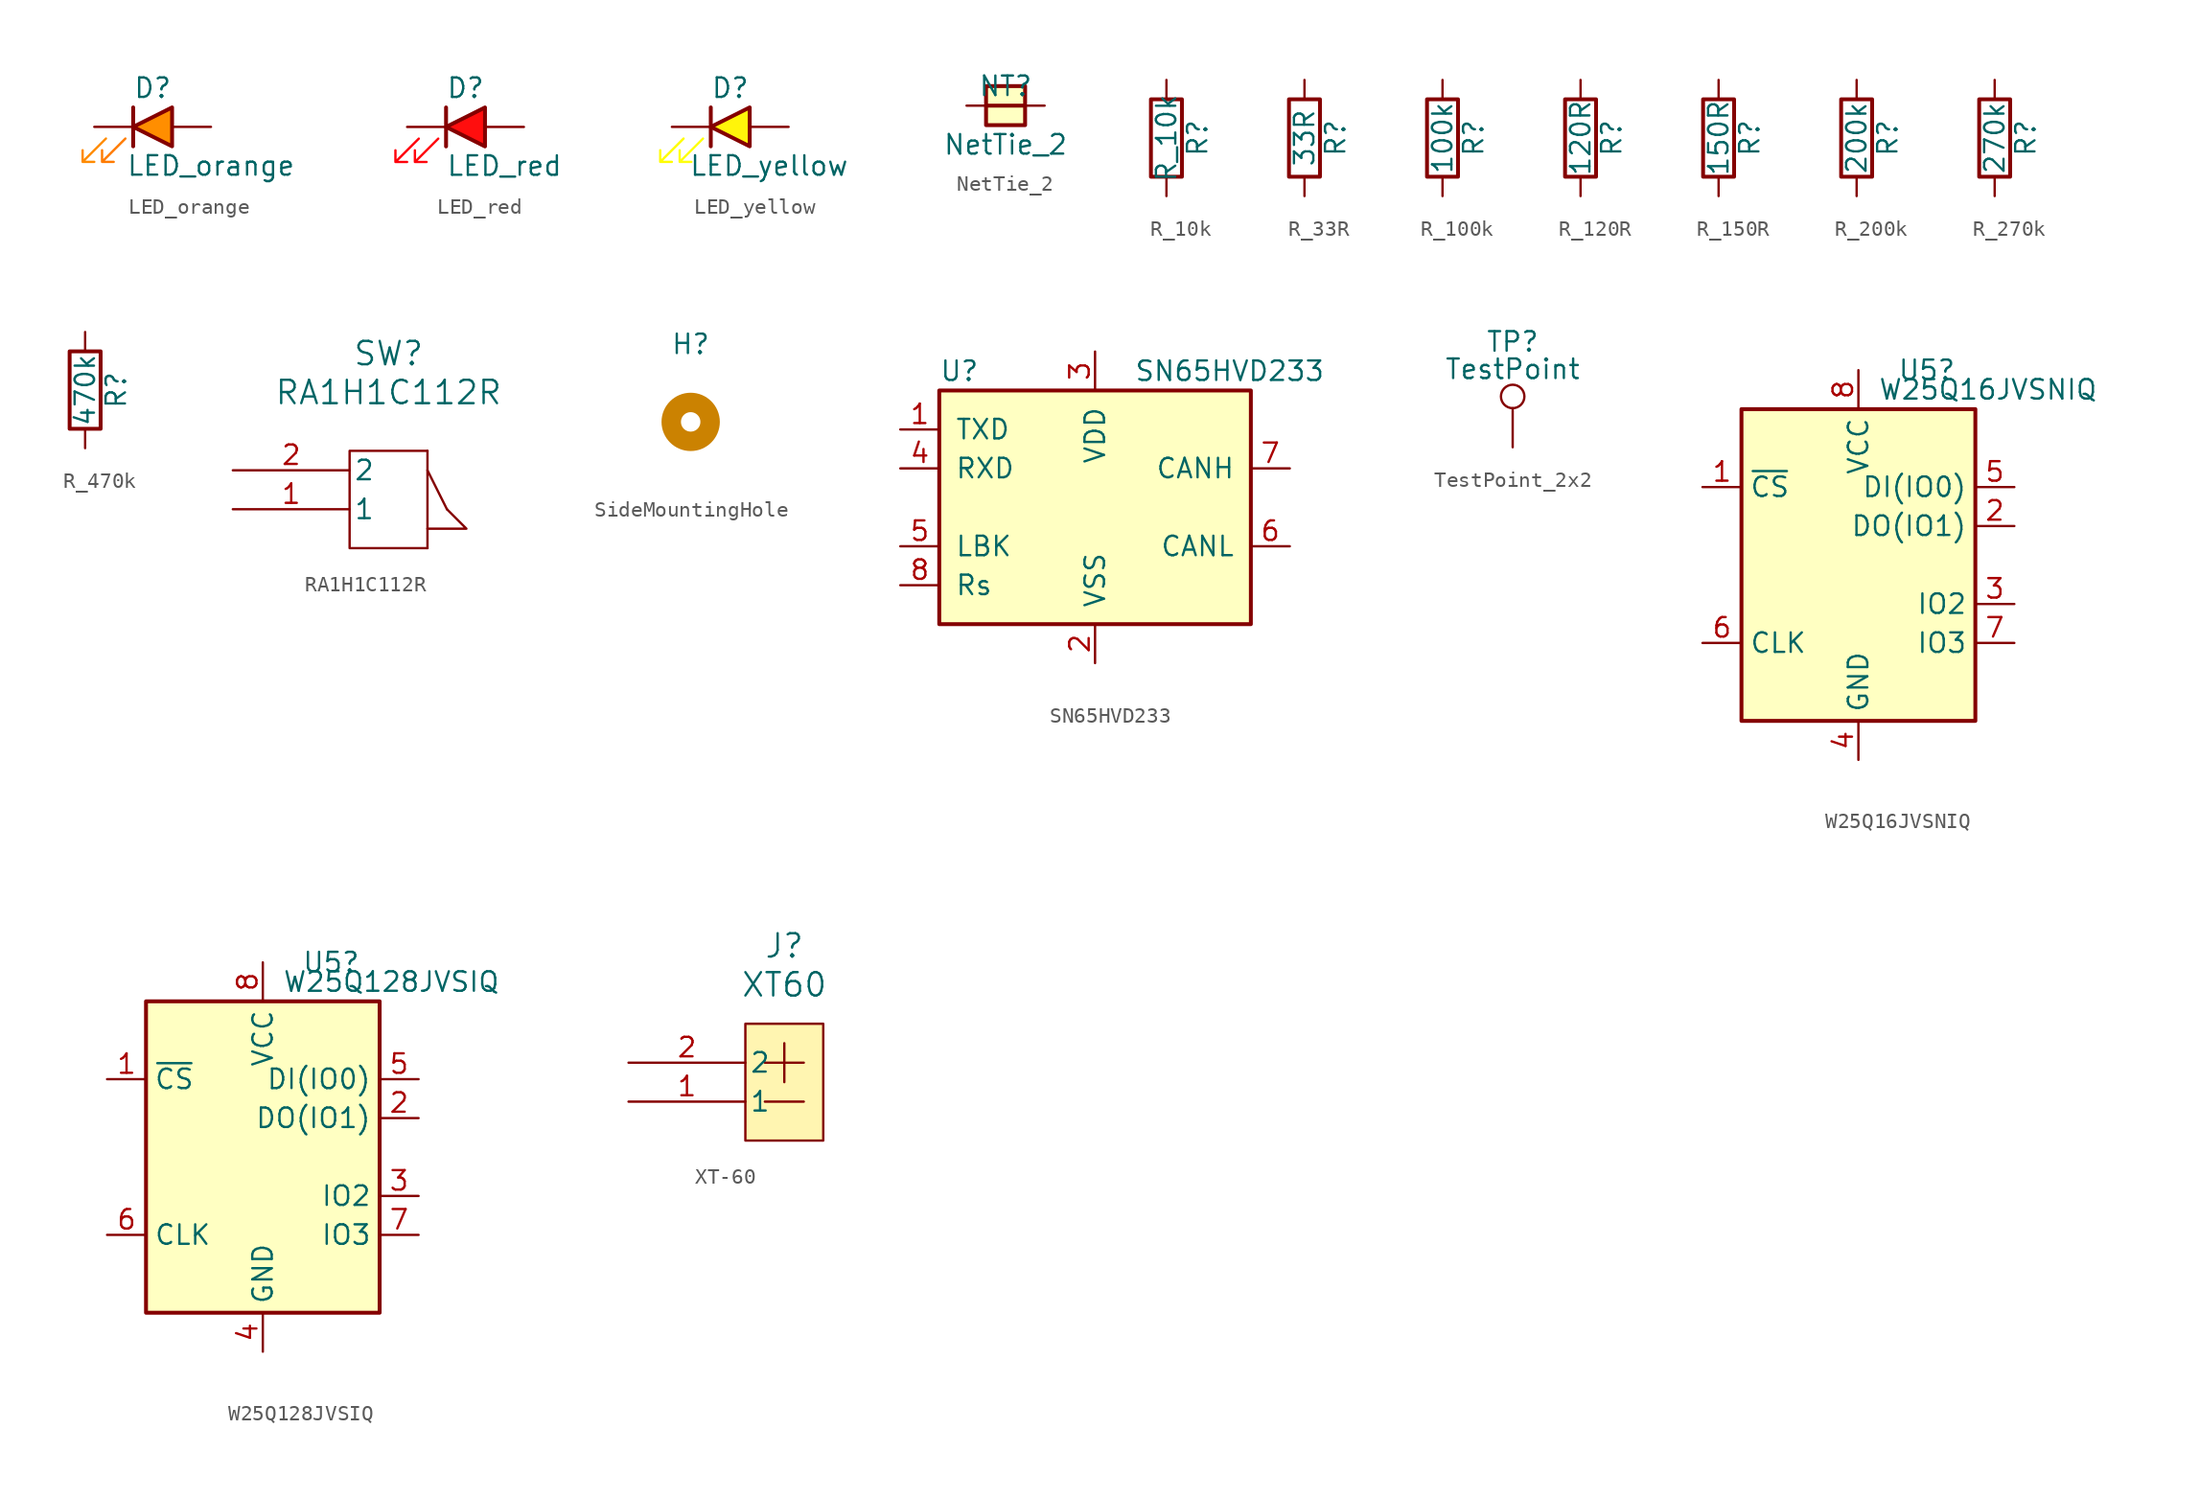
<source format=kicad_sym>
(kicad_symbol_lib
  (version 20241209)
  (generator "kicad_symbol_editor")
  (generator_version "9.0")
  (symbol "LED_orange"
    (pin_numbers
      (hide yes))
    (pin_names
      (offset 1.016)
      (hide yes))
    (property "Reference" "D"
      (at 0 2.54 0)
      (effects (font (size 1.27 1.27))))
    (property "Value" "LED_orange"
      (at 3.81 -2.54 0)
      (effects (font (size 1.27 1.27))))
    (symbol "LED_orange_0_1"
      (polyline (pts (xy -1.27 -1.27) (xy -1.27 1.27)) (stroke (width 0.254) (type default)) (fill (type none))))
    (symbol "LED_orange_1_1"
      (polyline (pts (xy -3.048 -0.762) (xy -4.572 -2.286) (xy -3.81 -2.286) (xy -4.572 -2.286) (xy -4.572 -1.524)) (stroke (width 0) (type default) (color 255 139 0 1)) (fill (type none)))
      (polyline (pts (xy -1.778 -0.762) (xy -3.302 -2.286) (xy -2.54 -2.286) (xy -3.302 -2.286) (xy -3.302 -1.524)) (stroke (width 0) (type default) (color 255 123 0 1)) (fill (type none)))
      (polyline (pts (xy 1.27 -1.27) (xy 1.27 1.27) (xy -1.27 0) (xy 1.27 -1.27)) (stroke (width 0.254) (type default)) (fill (type color) (color 255 142 0 1)))
      (pin passive line (at -3.81 0 0) (length 2.54) (name "K" (effects (font (size 1.27 1.27)))) (number "1" (effects (font (size 1.27 1.27)))))
      (pin passive line (at 3.81 0 180) (length 2.54) (name "A" (effects (font (size 1.27 1.27)))) (number "2" (effects (font (size 1.27 1.27)))))))
  (symbol "LED_red"
    (pin_numbers
      (hide yes))
    (pin_names
      (offset 1.016)
      (hide yes))
    (property "Reference" "D"
      (at 0 2.54 0)
      (effects (font (size 1.27 1.27))))
    (property "Value" "LED_red"
      (at 2.54 -2.54 0)
      (effects (font (size 1.27 1.27))))
    (symbol "LED_red_0_1"
      (polyline (pts (xy -1.27 -1.27) (xy -1.27 1.27)) (stroke (width 0.254) (type default)) (fill (type none)))
      (rectangle (start 1.27 1.27) (end 1.27 -1.27) (stroke (width 0) (type default)) (fill (type none))))
    (symbol "LED_red_1_1"
      (polyline (pts (xy -3.048 -0.762) (xy -4.572 -2.286) (xy -3.81 -2.286) (xy -4.572 -2.286) (xy -4.572 -1.524)) (stroke (width 0) (type default) (color 255 2 11 1)) (fill (type none)))
      (polyline (pts (xy -1.778 -0.762) (xy -3.302 -2.286) (xy -2.54 -2.286) (xy -3.302 -2.286) (xy -3.302 -1.524)) (stroke (width 0) (type default) (color 255 6 13 1)) (fill (type none)))
      (polyline (pts (xy 1.27 -1.27) (xy 1.27 1.27) (xy -1.27 0) (xy 1.27 -1.27)) (stroke (width 0.254) (type default)) (fill (type color) (color 255 14 14 1)))
      (pin passive line (at -3.81 0 0) (length 2.54) (name "K" (effects (font (size 1.27 1.27)))) (number "1" (effects (font (size 1.27 1.27)))))
      (pin passive line (at 3.81 0 180) (length 2.54) (name "A" (effects (font (size 1.27 1.27)))) (number "2" (effects (font (size 1.27 1.27)))))))
  (symbol "LED_yellow"
    (pin_numbers
      (hide yes))
    (pin_names
      (offset 1.016)
      (hide yes))
    (property "Reference" "D"
      (at 0 2.54 0)
      (effects (font (size 1.27 1.27))))
    (property "Value" "LED_yellow"
      (at 2.54 -2.54 0)
      (effects (font (size 1.27 1.27))))
    (symbol "LED_yellow_0_1"
      (polyline (pts (xy -1.27 -1.27) (xy -1.27 1.27)) (stroke (width 0.254) (type default)) (fill (type none))))
    (symbol "LED_yellow_1_1"
      (polyline (pts (xy -3.048 -0.762) (xy -4.572 -2.286) (xy -3.81 -2.286) (xy -4.572 -2.286) (xy -4.572 -1.524)) (stroke (width 0) (type default) (color 255 253 0 1)) (fill (type none)))
      (polyline (pts (xy -1.778 -0.762) (xy -3.302 -2.286) (xy -2.54 -2.286) (xy -3.302 -2.286) (xy -3.302 -1.524)) (stroke (width 0) (type default) (color 254 255 14 1)) (fill (type none)))
      (polyline (pts (xy 1.27 -1.27) (xy 1.27 1.27) (xy -1.27 0) (xy 1.27 -1.27)) (stroke (width 0.254) (type default)) (fill (type color) (color 255 245 10 1)))
      (pin passive line (at -3.81 0 0) (length 2.54) (name "K" (effects (font (size 1.27 1.27)))) (number "1" (effects (font (size 1.27 1.27)))))
      (pin passive line (at 3.81 0 180) (length 2.54) (name "A" (effects (font (size 1.27 1.27)))) (number "2" (effects (font (size 1.27 1.27)))))))
  (symbol "NetTie_2"
    (pin_numbers
      (hide yes))
    (pin_names
      (offset 0)
      (hide yes))
    (property "Reference" "NT"
      (at 0 1.27 0)
      (effects (font (size 1.27 1.27))))
    (property "Value" "NetTie_2"
      (at 0 -2.54 0)
      (effects (font (size 1.27 1.27))))
    (symbol "NetTie_2_0_1"
      (polyline (pts (xy -1.27 0) (xy 1.27 0)) (stroke (width 0.254) (type default)) (fill (type none))))
    (symbol "NetTie_2_1_0"
      (rectangle (start -1.27 1.27) (end 1.27 -1.27) (stroke (width 0.254) (type default)) (fill (type background))))
    (symbol "NetTie_2_1_1"
      (pin passive line (at -2.54 0 0) (length 2.54) (name "1" (effects (font (size 1.27 1.27)))) (number "1" (effects (font (size 1.27 1.27)))))
      (pin passive line (at 2.54 0 180) (length 2.54) (name "2" (effects (font (size 1.27 1.27)))) (number "2" (effects (font (size 1.27 1.27)))))))
  (symbol "R_10k"
    (pin_numbers
      (hide yes))
    (pin_names
      (offset 0))
    (property "Reference" "R"
      (at 2.032 0 90)
      (effects (font (size 1.27 1.27))))
    (property "Value" "R_10k"
      (at 0 0 90)
      (effects (font (size 1.27 1.27))))
    (symbol "R_10k_0_1"
      (rectangle (start -1.016 -2.54) (end 1.016 2.54) (stroke (width 0.254) (type default)) (fill (type none))))
    (symbol "R_10k_1_1"
      (pin passive line (at 0 3.81 270) (length 1.27) (name "~" (effects (font (size 1.27 1.27)))) (number "1" (effects (font (size 1.27 1.27)))))
      (pin passive line (at 0 -3.81 90) (length 1.27) (name "~" (effects (font (size 1.27 1.27)))) (number "2" (effects (font (size 1.27 1.27)))))))
  (symbol "R_33R"
    (pin_numbers
      (hide yes))
    (pin_names
      (offset 0))
    (property "Reference" "R"
      (at 2.032 0 90)
      (effects (font (size 1.27 1.27))))
    (property "Value" "33R"
      (at 0 0 90)
      (effects (font (size 1.27 1.27))))
    (symbol "R_33R_0_1"
      (rectangle (start -1.016 -2.54) (end 1.016 2.54) (stroke (width 0.254) (type default)) (fill (type none))))
    (symbol "R_33R_1_1"
      (pin passive line (at 0 3.81 270) (length 1.27) (name "~" (effects (font (size 1.27 1.27)))) (number "1" (effects (font (size 1.27 1.27)))))
      (pin passive line (at 0 -3.81 90) (length 1.27) (name "~" (effects (font (size 1.27 1.27)))) (number "2" (effects (font (size 1.27 1.27)))))))
  (symbol "R_100k"
    (pin_numbers
      (hide yes))
    (pin_names
      (offset 0))
    (property "Reference" "R"
      (at 2.032 0 90)
      (effects (font (size 1.27 1.27))))
    (property "Value" "100k"
      (at 0 0 90)
      (effects (font (size 1.27 1.27))))
    (symbol "R_100k_0_1"
      (rectangle (start -1.016 -2.54) (end 1.016 2.54) (stroke (width 0.254) (type default)) (fill (type none))))
    (symbol "R_100k_1_1"
      (pin passive line (at 0 3.81 270) (length 1.27) (name "~" (effects (font (size 1.27 1.27)))) (number "1" (effects (font (size 1.27 1.27)))))
      (pin passive line (at 0 -3.81 90) (length 1.27) (name "~" (effects (font (size 1.27 1.27)))) (number "2" (effects (font (size 1.27 1.27)))))))
  (symbol "R_120R"
    (pin_numbers
      (hide yes))
    (pin_names
      (offset 0))
    (property "Reference" "R"
      (at 2.032 0 90)
      (effects (font (size 1.27 1.27))))
    (property "Value" "120R"
      (at 0 0 90)
      (effects (font (size 1.27 1.27))))
    (symbol "R_120R_0_1"
      (rectangle (start -1.016 -2.54) (end 1.016 2.54) (stroke (width 0.254) (type default)) (fill (type none))))
    (symbol "R_120R_1_1"
      (pin passive line (at 0 3.81 270) (length 1.27) (name "~" (effects (font (size 1.27 1.27)))) (number "1" (effects (font (size 1.27 1.27)))))
      (pin passive line (at 0 -3.81 90) (length 1.27) (name "~" (effects (font (size 1.27 1.27)))) (number "2" (effects (font (size 1.27 1.27)))))))
  (symbol "R_150R"
    (pin_numbers
      (hide yes))
    (pin_names
      (offset 0))
    (property "Reference" "R"
      (at 2.032 0 90)
      (effects (font (size 1.27 1.27))))
    (property "Value" "150R"
      (at 0 0 90)
      (effects (font (size 1.27 1.27))))
    (symbol "R_150R_0_1"
      (rectangle (start -1.016 -2.54) (end 1.016 2.54) (stroke (width 0.254) (type default)) (fill (type none))))
    (symbol "R_150R_1_1"
      (pin passive line (at 0 3.81 270) (length 1.27) (name "~" (effects (font (size 1.27 1.27)))) (number "1" (effects (font (size 1.27 1.27)))))
      (pin passive line (at 0 -3.81 90) (length 1.27) (name "~" (effects (font (size 1.27 1.27)))) (number "2" (effects (font (size 1.27 1.27)))))))
  (symbol "R_200k"
    (pin_numbers
      (hide yes))
    (pin_names
      (offset 0))
    (property "Reference" "R"
      (at 2.032 0 90)
      (effects (font (size 1.27 1.27))))
    (property "Value" "200k"
      (at 0 0 90)
      (effects (font (size 1.27 1.27))))
    (symbol "R_200k_0_1"
      (rectangle (start -1.016 -2.54) (end 1.016 2.54) (stroke (width 0.254) (type default)) (fill (type none))))
    (symbol "R_200k_1_1"
      (pin passive line (at 0 3.81 270) (length 1.27) (name "~" (effects (font (size 1.27 1.27)))) (number "1" (effects (font (size 1.27 1.27)))))
      (pin passive line (at 0 -3.81 90) (length 1.27) (name "~" (effects (font (size 1.27 1.27)))) (number "2" (effects (font (size 1.27 1.27)))))))
  (symbol "R_270k"
    (pin_numbers
      (hide yes))
    (pin_names
      (offset 0))
    (property "Reference" "R"
      (at 2.032 0 90)
      (effects (font (size 1.27 1.27))))
    (property "Value" "270k"
      (at 0 0 90)
      (effects (font (size 1.27 1.27))))
    (symbol "R_270k_0_1"
      (rectangle (start -1.016 -2.54) (end 1.016 2.54) (stroke (width 0.254) (type default)) (fill (type none))))
    (symbol "R_270k_1_1"
      (pin passive line (at 0 3.81 270) (length 1.27) (name "~" (effects (font (size 1.27 1.27)))) (number "1" (effects (font (size 1.27 1.27)))))
      (pin passive line (at 0 -3.81 90) (length 1.27) (name "~" (effects (font (size 1.27 1.27)))) (number "2" (effects (font (size 1.27 1.27)))))))
  (symbol "R_470k"
    (pin_numbers
      (hide yes))
    (pin_names
      (offset 0))
    (property "Reference" "R"
      (at 2.032 0 90)
      (effects (font (size 1.27 1.27))))
    (property "Value" "470k"
      (at 0 0 90)
      (effects (font (size 1.27 1.27))))
    (symbol "R_470k_0_1"
      (rectangle (start -1.016 -2.54) (end 1.016 2.54) (stroke (width 0.254) (type default)) (fill (type none))))
    (symbol "R_470k_1_1"
      (pin passive line (at 0 3.81 270) (length 1.27) (name "~" (effects (font (size 1.27 1.27)))) (number "1" (effects (font (size 1.27 1.27)))))
      (pin passive line (at 0 -3.81 90) (length 1.27) (name "~" (effects (font (size 1.27 1.27)))) (number "2" (effects (font (size 1.27 1.27)))))))
  (symbol "RA1H1C112R"
    (pin_names
      (offset 0.254))
    (property "Reference" "SW"
      (at 1.27 8.89 0)
      (effects (font (size 1.524 1.524))))
    (property "Value" "RA1H1C112R"
      (at 1.27 6.35 0)
      (effects (font (size 1.524 1.524))))
    (symbol "RA1H1C112R_1_1"
      (polyline (pts (xy 3.81 2.54) (xy 3.81 -3.81)) (stroke (width 0) (type default)) (fill (type none)))
      (polyline (pts (xy 3.81 1.27) (xy 5.08 -1.27)) (stroke (width 0) (type default)) (fill (type none)))
      (polyline (pts (xy 3.81 -3.81) (xy -1.27 -3.81) (xy -1.27 2.54) (xy 3.81 2.54)) (stroke (width 0) (type default)) (fill (type none)))
      (polyline (pts (xy 5.08 -1.27) (xy 6.35 -2.54) (xy 3.81 -2.54)) (stroke (width 0) (type default)) (fill (type none)))
      (pin power_in line (at -8.89 1.27 0) (length 7.62) (name "2" (effects (font (size 1.27 1.27)))) (number "2" (effects (font (size 1.27 1.27)))))
      (pin power_in line (at -8.89 -1.27 0) (length 7.62) (name "1" (effects (font (size 1.27 1.27)))) (number "1" (effects (font (size 1.27 1.27)))))))
  (symbol "SideMountingHole"
    (pin_numbers
      (hide yes))
    (pin_names
      (offset 1.016)
      (hide yes))
    (property "Reference" "H"
      (at 0 6.35 0)
      (effects (font (size 1.27 1.27))))
    (symbol "SideMountingHole_1_1"
      (circle (center 0 1.27) (radius 1.27) (stroke (width 1.27) (type solid) (color 203 130 1 1)) (fill (type none)))
      (pin no_connect line (at 0 -2.54 90) (length 2.54) (hide yes) (name "1" (effects (font (size 1.27 1.27)))) (number "1" (effects (font (size 1.27 1.27)))))))
  (symbol "SN65HVD233"
    (pin_names
      (offset 1.016))
    (property "Reference" "U"
      (at -10.16 8.89 0)
      (effects (font (size 1.27 1.27)) (justify left)))
    (property "Value" "SN65HVD233"
      (at 2.54 8.89 0)
      (effects (font (size 1.27 1.27)) (justify left)))
    (symbol "SN65HVD233_0_1"
      (rectangle (start -10.16 7.62) (end 10.16 -7.62) (stroke (width 0.254) (type default)) (fill (type background))))
    (symbol "SN65HVD233_1_1"
      (pin input line (at -12.7 5.08 0) (length 2.54) (name "TXD" (effects (font (size 1.27 1.27)))) (number "1" (effects (font (size 1.27 1.27)))))
      (pin output line (at -12.7 2.54 0) (length 2.54) (name "RXD" (effects (font (size 1.27 1.27)))) (number "4" (effects (font (size 1.27 1.27)))))
      (pin power_out line (at -12.7 -2.54 0) (length 2.54) (name "LBK" (effects (font (size 1.27 1.27)))) (number "5" (effects (font (size 1.27 1.27)))))
      (pin input line (at -12.7 -5.08 0) (length 2.54) (name "Rs" (effects (font (size 1.27 1.27)))) (number "8" (effects (font (size 1.27 1.27)))))
      (pin power_in line (at 0 10.16 270) (length 2.54) (name "VDD" (effects (font (size 1.27 1.27)))) (number "3" (effects (font (size 1.27 1.27)))))
      (pin power_in line (at 0 -10.16 90) (length 2.54) (name "VSS" (effects (font (size 1.27 1.27)))) (number "2" (effects (font (size 1.27 1.27)))))
      (pin bidirectional line (at 12.7 2.54 180) (length 2.54) (name "CANH" (effects (font (size 1.27 1.27)))) (number "7" (effects (font (size 1.27 1.27)))))
      (pin bidirectional line (at 12.7 -2.54 180) (length 2.54) (name "CANL" (effects (font (size 1.27 1.27)))) (number "6" (effects (font (size 1.27 1.27)))))))
  (symbol "TestPoint_2x2"
    (pin_numbers
      (hide yes))
    (pin_names
      (offset 0.762)
      (hide yes))
    (property "Reference" "TP"
      (at 0 6.858 0)
      (effects (font (size 1.27 1.27))))
    (property "Value" "TestPoint"
      (at 0 5.08 0)
      (effects (font (size 1.27 1.27))))
    (symbol "TestPoint_2x2_0_1"
      (circle (center 0 3.302) (radius 0.762) (stroke (width 0) (type default)) (fill (type none))))
    (symbol "TestPoint_2x2_1_1"
      (pin passive line (at 0 0 90) (length 2.54) (name "1" (effects (font (size 1.27 1.27)))) (number "1" (effects (font (size 1.27 1.27)))))))
  (symbol "W25Q16JVSNIQ"
    (property "Reference" "U5"
      (at 2.54 12.7 0)
      (effects (font (size 1.27 1.27)) (justify left)))
    (property "Value" "W25Q16JVSNIQ"
      (at 1.27 11.43 0)
      (effects (font (size 1.27 1.27)) (justify left)))
    (symbol "W25Q16JVSNIQ_0_1"
      (rectangle (start -7.62 10.16) (end 7.62 -10.16) (stroke (width 0.254) (type default)) (fill (type background))))
    (symbol "W25Q16JVSNIQ_1_1"
      (pin input line (at -10.16 5.08 0) (length 2.54) (name "~{CS}" (effects (font (size 1.27 1.27)))) (number "1" (effects (font (size 1.27 1.27)))))
      (pin input line (at -10.16 -5.08 0) (length 2.54) (name "CLK" (effects (font (size 1.27 1.27)))) (number "6" (effects (font (size 1.27 1.27)))))
      (pin power_in line (at 0 12.7 270) (length 2.54) (name "VCC" (effects (font (size 1.27 1.27)))) (number "8" (effects (font (size 1.27 1.27)))))
      (pin power_in line (at 0 -12.7 90) (length 2.54) (name "GND" (effects (font (size 1.27 1.27)))) (number "4" (effects (font (size 1.27 1.27)))))
      (pin bidirectional line (at 10.16 5.08 180) (length 2.54) (name "DI(IO0)" (effects (font (size 1.27 1.27)))) (number "5" (effects (font (size 1.27 1.27)))))
      (pin bidirectional line (at 10.16 2.54 180) (length 2.54) (name "DO(IO1)" (effects (font (size 1.27 1.27)))) (number "2" (effects (font (size 1.27 1.27)))))
      (pin bidirectional line (at 10.16 -2.54 180) (length 2.54) (name "IO2" (effects (font (size 1.27 1.27)))) (number "3" (effects (font (size 1.27 1.27)))))
      (pin bidirectional line (at 10.16 -5.08 180) (length 2.54) (name "IO3" (effects (font (size 1.27 1.27)))) (number "7" (effects (font (size 1.27 1.27)))))))
  (symbol "W25Q128JVSIQ"
    (property "Reference" "U5"
      (at 2.54 12.7 0)
      (effects (font (size 1.27 1.27)) (justify left)))
    (property "Value" "W25Q128JVSIQ"
      (at 1.27 11.43 0)
      (effects (font (size 1.27 1.27)) (justify left)))
    (symbol "W25Q128JVSIQ_0_1"
      (rectangle (start -7.62 10.16) (end 7.62 -10.16) (stroke (width 0.254) (type default)) (fill (type background))))
    (symbol "W25Q128JVSIQ_1_1"
      (pin input line (at -10.16 5.08 0) (length 2.54) (name "~{CS}" (effects (font (size 1.27 1.27)))) (number "1" (effects (font (size 1.27 1.27)))))
      (pin input line (at -10.16 -5.08 0) (length 2.54) (name "CLK" (effects (font (size 1.27 1.27)))) (number "6" (effects (font (size 1.27 1.27)))))
      (pin power_in line (at 0 12.7 270) (length 2.54) (name "VCC" (effects (font (size 1.27 1.27)))) (number "8" (effects (font (size 1.27 1.27)))))
      (pin power_in line (at 0 -12.7 90) (length 2.54) (name "GND" (effects (font (size 1.27 1.27)))) (number "4" (effects (font (size 1.27 1.27)))))
      (pin bidirectional line (at 10.16 5.08 180) (length 2.54) (name "DI(IO0)" (effects (font (size 1.27 1.27)))) (number "5" (effects (font (size 1.27 1.27)))))
      (pin bidirectional line (at 10.16 2.54 180) (length 2.54) (name "DO(IO1)" (effects (font (size 1.27 1.27)))) (number "2" (effects (font (size 1.27 1.27)))))
      (pin bidirectional line (at 10.16 -2.54 180) (length 2.54) (name "IO2" (effects (font (size 1.27 1.27)))) (number "3" (effects (font (size 1.27 1.27)))))
      (pin bidirectional line (at 10.16 -5.08 180) (length 2.54) (name "IO3" (effects (font (size 1.27 1.27)))) (number "7" (effects (font (size 1.27 1.27)))))))
  (symbol "XT-60"
    (pin_names
      (offset 0.254))
    (property "Reference" "J"
      (at 1.27 8.89 0)
      (effects (font (size 1.524 1.524))))
    (property "Value" "XT60"
      (at 1.27 6.35 0)
      (effects (font (size 1.524 1.524))))
    (symbol "XT-60_0_1"
      (polyline (pts (xy 0 1.27) (xy 2.54 1.27)) (stroke (width 0) (type default)) (fill (type none)))
      (polyline (pts (xy 0 -1.27) (xy 2.54 -1.27)) (stroke (width 0) (type default)) (fill (type none)))
      (polyline (pts (xy 1.27 2.54) (xy 1.27 0)) (stroke (width 0) (type default)) (fill (type none))))
    (symbol "XT-60_1_1"
      (rectangle (start -1.27 3.81) (end 3.81 -3.81) (stroke (width 0) (type default)) (fill (type color) (color 255 245 177 1)))
      (pin power_in line (at -8.89 1.27 0) (length 7.62) (name "2" (effects (font (size 1.27 1.27)))) (number "2" (effects (font (size 1.27 1.27)))))
      (pin power_in line (at -8.89 -1.27 0) (length 7.62) (name "1" (effects (font (size 1.27 1.27)))) (number "1" (effects (font (size 1.27 1.27))))))))
</source>
